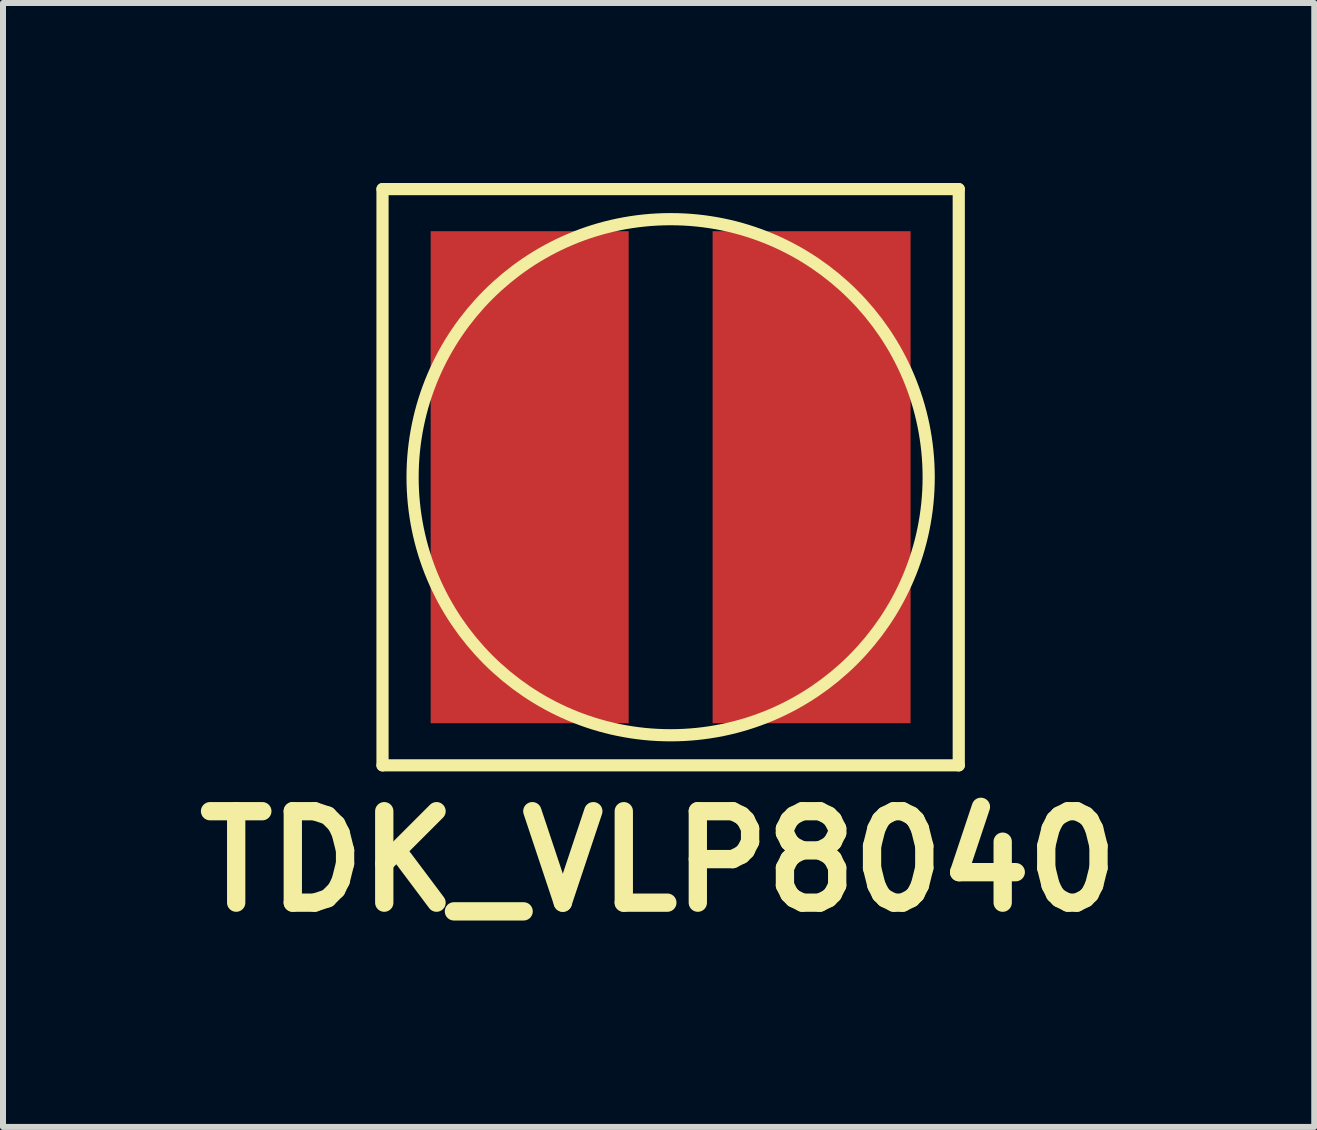
<source format=kicad_pcb>
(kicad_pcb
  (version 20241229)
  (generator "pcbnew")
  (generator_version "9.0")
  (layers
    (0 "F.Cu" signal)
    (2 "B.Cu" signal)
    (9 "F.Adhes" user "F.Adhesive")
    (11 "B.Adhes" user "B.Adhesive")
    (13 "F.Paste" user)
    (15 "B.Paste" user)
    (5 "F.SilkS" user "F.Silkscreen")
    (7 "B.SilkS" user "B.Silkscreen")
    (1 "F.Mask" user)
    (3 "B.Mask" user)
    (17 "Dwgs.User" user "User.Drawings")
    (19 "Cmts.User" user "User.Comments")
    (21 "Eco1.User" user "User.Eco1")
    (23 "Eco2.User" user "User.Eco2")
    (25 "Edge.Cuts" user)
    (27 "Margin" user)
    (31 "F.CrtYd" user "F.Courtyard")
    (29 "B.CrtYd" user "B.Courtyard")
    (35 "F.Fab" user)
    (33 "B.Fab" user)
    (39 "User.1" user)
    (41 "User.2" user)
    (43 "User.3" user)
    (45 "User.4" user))
  (footprint "TDK_VLP8040"
    (layer "F.Cu")
    (at 8.125 4.902)
    (property "Reference" "TDK_VLP8040" (at -0.2 6.4 0) (layer "F.SilkS") (effects (font (size 1.524 1.524) (thickness 0.305))))
    (attr through_hole)
    (fp_line (start -4.801 -4.801) (end 4.801 -4.801) (stroke (width 0.203) (type solid)) (layer "F.SilkS"))
    (fp_line (start -4.801 4.801) (end -4.801 -4.801) (stroke (width 0.203) (type solid)) (layer "F.SilkS"))
    (fp_line (start 4.801 -4.801) (end 4.801 4.801) (stroke (width 0.203) (type solid)) (layer "F.SilkS"))
    (fp_line (start 4.801 4.801) (end -4.801 4.801) (stroke (width 0.203) (type solid)) (layer "F.SilkS"))
    (fp_circle (center 0 0) (end 4.3 0) (stroke (width 0.203) (type solid)) (fill no) (layer "F.SilkS"))
    (pad "1" smd rect (at -2.349 0) (size 3.299 8.199) (layers "F.Cu" "F.Mask" "F.Paste"))
    (pad "2" smd rect (at 2.349 0) (size 3.299 8.199) (layers "F.Cu" "F.Mask" "F.Paste")))
  (gr_rect
    (start -3 -3)
    (end 18.85 15.729)
    (stroke (width 0.1) (type default))
    (fill no)
    (layer "Edge.Cuts")))
</source>
